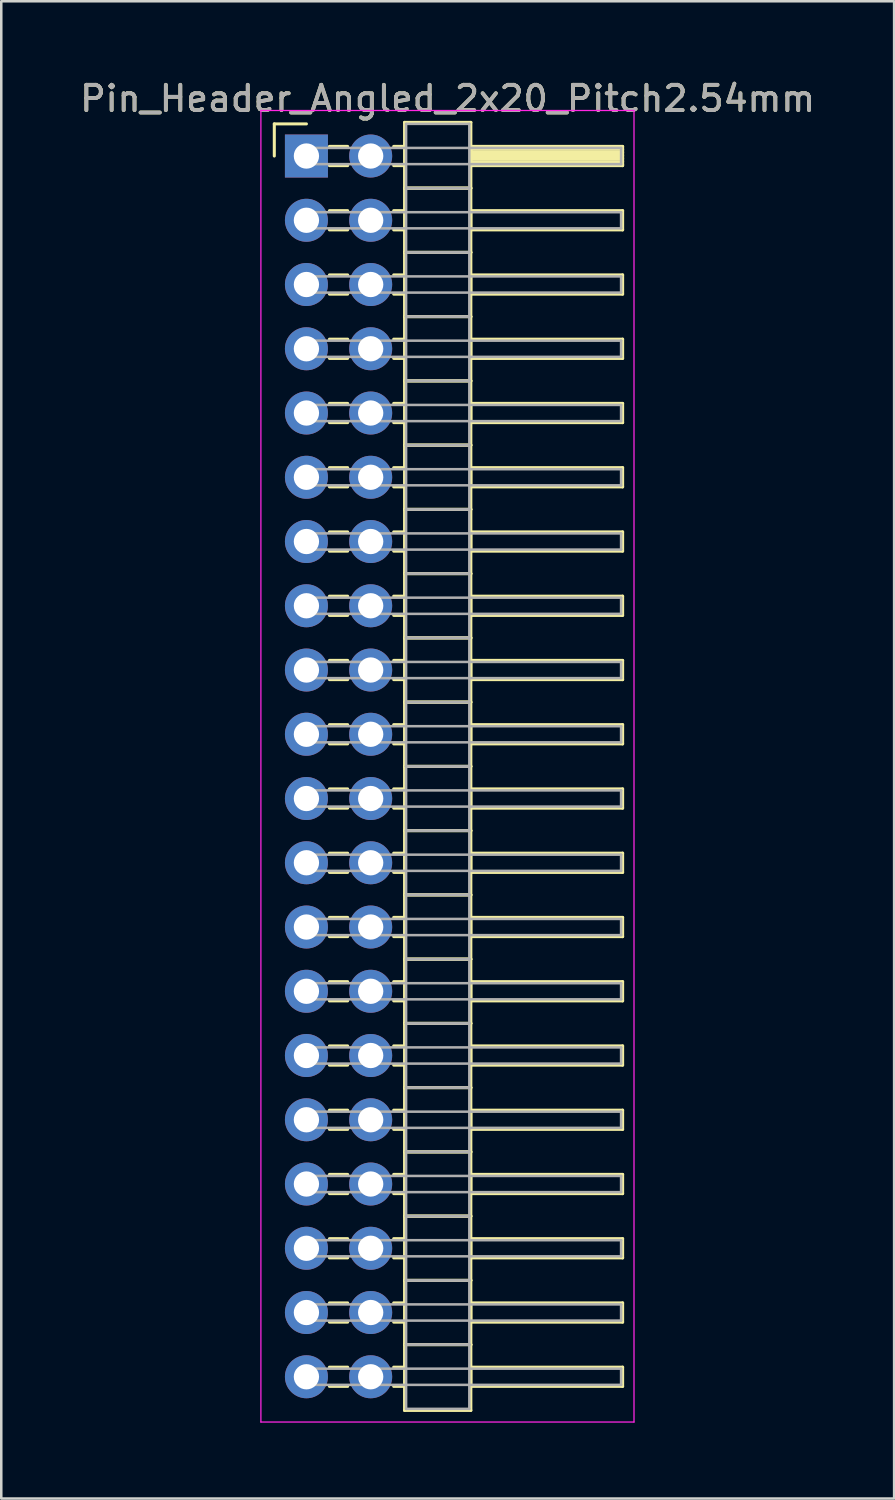
<source format=kicad_pcb>
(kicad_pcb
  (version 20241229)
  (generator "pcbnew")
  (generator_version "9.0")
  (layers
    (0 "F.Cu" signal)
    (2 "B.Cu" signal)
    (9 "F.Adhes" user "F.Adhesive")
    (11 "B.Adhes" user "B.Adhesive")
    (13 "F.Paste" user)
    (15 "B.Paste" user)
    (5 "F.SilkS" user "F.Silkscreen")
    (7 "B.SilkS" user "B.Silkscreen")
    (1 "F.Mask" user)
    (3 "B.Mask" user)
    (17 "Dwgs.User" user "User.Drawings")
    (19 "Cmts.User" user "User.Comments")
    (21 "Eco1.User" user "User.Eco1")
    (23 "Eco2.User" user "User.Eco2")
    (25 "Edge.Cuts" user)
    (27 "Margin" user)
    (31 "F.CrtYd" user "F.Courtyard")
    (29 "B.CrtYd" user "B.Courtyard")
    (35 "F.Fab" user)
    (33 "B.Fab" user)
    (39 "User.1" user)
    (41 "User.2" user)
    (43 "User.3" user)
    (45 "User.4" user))
  (footprint "Pin_Header_Angled_2x20_Pitch2.54mm"
    (layer "F.Cu")
    (at 9.064 3.118)
    (property "Reference" "Pin_Header_Angled_2x20_Pitch2.54mm" (at 5.585 -2.27 0) (layer "F.SilkS") (effects (font (size 1 1) (thickness 0.15))))
    (attr through_hole)
    (fp_line (start -1.27 -1.27) (end 0 -1.27) (stroke (width 0.12) (type solid)) (layer "F.SilkS"))
    (fp_line (start -1.27 0) (end -1.27 -1.27) (stroke (width 0.12) (type solid)) (layer "F.SilkS"))
    (fp_line (start 0.91 -0.38) (end 1.63 -0.38) (stroke (width 0.12) (type solid)) (layer "F.SilkS"))
    (fp_line (start 0.91 0.38) (end 1.63 0.38) (stroke (width 0.12) (type solid)) (layer "F.SilkS"))
    (fp_line (start 0.91 2.16) (end 1.63 2.16) (stroke (width 0.12) (type solid)) (layer "F.SilkS"))
    (fp_line (start 0.91 2.92) (end 1.63 2.92) (stroke (width 0.12) (type solid)) (layer "F.SilkS"))
    (fp_line (start 0.91 4.7) (end 1.63 4.7) (stroke (width 0.12) (type solid)) (layer "F.SilkS"))
    (fp_line (start 0.91 5.46) (end 1.63 5.46) (stroke (width 0.12) (type solid)) (layer "F.SilkS"))
    (fp_line (start 0.91 7.24) (end 1.63 7.24) (stroke (width 0.12) (type solid)) (layer "F.SilkS"))
    (fp_line (start 0.91 8) (end 1.63 8) (stroke (width 0.12) (type solid)) (layer "F.SilkS"))
    (fp_line (start 0.91 9.78) (end 1.63 9.78) (stroke (width 0.12) (type solid)) (layer "F.SilkS"))
    (fp_line (start 0.91 10.54) (end 1.63 10.54) (stroke (width 0.12) (type solid)) (layer "F.SilkS"))
    (fp_line (start 0.91 12.32) (end 1.63 12.32) (stroke (width 0.12) (type solid)) (layer "F.SilkS"))
    (fp_line (start 0.91 13.08) (end 1.63 13.08) (stroke (width 0.12) (type solid)) (layer "F.SilkS"))
    (fp_line (start 0.91 14.86) (end 1.63 14.86) (stroke (width 0.12) (type solid)) (layer "F.SilkS"))
    (fp_line (start 0.91 15.62) (end 1.63 15.62) (stroke (width 0.12) (type solid)) (layer "F.SilkS"))
    (fp_line (start 0.91 17.4) (end 1.63 17.4) (stroke (width 0.12) (type solid)) (layer "F.SilkS"))
    (fp_line (start 0.91 18.16) (end 1.63 18.16) (stroke (width 0.12) (type solid)) (layer "F.SilkS"))
    (fp_line (start 0.91 19.94) (end 1.63 19.94) (stroke (width 0.12) (type solid)) (layer "F.SilkS"))
    (fp_line (start 0.91 20.7) (end 1.63 20.7) (stroke (width 0.12) (type solid)) (layer "F.SilkS"))
    (fp_line (start 0.91 22.48) (end 1.63 22.48) (stroke (width 0.12) (type solid)) (layer "F.SilkS"))
    (fp_line (start 0.91 23.24) (end 1.63 23.24) (stroke (width 0.12) (type solid)) (layer "F.SilkS"))
    (fp_line (start 0.91 25.02) (end 1.63 25.02) (stroke (width 0.12) (type solid)) (layer "F.SilkS"))
    (fp_line (start 0.91 25.78) (end 1.63 25.78) (stroke (width 0.12) (type solid)) (layer "F.SilkS"))
    (fp_line (start 0.91 27.56) (end 1.63 27.56) (stroke (width 0.12) (type solid)) (layer "F.SilkS"))
    (fp_line (start 0.91 28.32) (end 1.63 28.32) (stroke (width 0.12) (type solid)) (layer "F.SilkS"))
    (fp_line (start 0.91 30.1) (end 1.63 30.1) (stroke (width 0.12) (type solid)) (layer "F.SilkS"))
    (fp_line (start 0.91 30.86) (end 1.63 30.86) (stroke (width 0.12) (type solid)) (layer "F.SilkS"))
    (fp_line (start 0.91 32.64) (end 1.63 32.64) (stroke (width 0.12) (type solid)) (layer "F.SilkS"))
    (fp_line (start 0.91 33.4) (end 1.63 33.4) (stroke (width 0.12) (type solid)) (layer "F.SilkS"))
    (fp_line (start 0.91 35.18) (end 1.63 35.18) (stroke (width 0.12) (type solid)) (layer "F.SilkS"))
    (fp_line (start 0.91 35.94) (end 1.63 35.94) (stroke (width 0.12) (type solid)) (layer "F.SilkS"))
    (fp_line (start 0.91 37.72) (end 1.63 37.72) (stroke (width 0.12) (type solid)) (layer "F.SilkS"))
    (fp_line (start 0.91 38.48) (end 1.63 38.48) (stroke (width 0.12) (type solid)) (layer "F.SilkS"))
    (fp_line (start 0.91 40.26) (end 1.63 40.26) (stroke (width 0.12) (type solid)) (layer "F.SilkS"))
    (fp_line (start 0.91 41.02) (end 1.63 41.02) (stroke (width 0.12) (type solid)) (layer "F.SilkS"))
    (fp_line (start 0.91 42.8) (end 1.63 42.8) (stroke (width 0.12) (type solid)) (layer "F.SilkS"))
    (fp_line (start 0.91 43.56) (end 1.63 43.56) (stroke (width 0.12) (type solid)) (layer "F.SilkS"))
    (fp_line (start 0.91 45.34) (end 1.63 45.34) (stroke (width 0.12) (type solid)) (layer "F.SilkS"))
    (fp_line (start 0.91 46.1) (end 1.63 46.1) (stroke (width 0.12) (type solid)) (layer "F.SilkS"))
    (fp_line (start 0.91 47.88) (end 1.63 47.88) (stroke (width 0.12) (type solid)) (layer "F.SilkS"))
    (fp_line (start 0.91 48.64) (end 1.63 48.64) (stroke (width 0.12) (type solid)) (layer "F.SilkS"))
    (fp_line (start 3.45 -0.38) (end 3.88 -0.38) (stroke (width 0.12) (type solid)) (layer "F.SilkS"))
    (fp_line (start 3.45 0.38) (end 3.88 0.38) (stroke (width 0.12) (type solid)) (layer "F.SilkS"))
    (fp_line (start 3.45 2.16) (end 3.88 2.16) (stroke (width 0.12) (type solid)) (layer "F.SilkS"))
    (fp_line (start 3.45 2.92) (end 3.88 2.92) (stroke (width 0.12) (type solid)) (layer "F.SilkS"))
    (fp_line (start 3.45 4.7) (end 3.88 4.7) (stroke (width 0.12) (type solid)) (layer "F.SilkS"))
    (fp_line (start 3.45 5.46) (end 3.88 5.46) (stroke (width 0.12) (type solid)) (layer "F.SilkS"))
    (fp_line (start 3.45 7.24) (end 3.88 7.24) (stroke (width 0.12) (type solid)) (layer "F.SilkS"))
    (fp_line (start 3.45 8) (end 3.88 8) (stroke (width 0.12) (type solid)) (layer "F.SilkS"))
    (fp_line (start 3.45 9.78) (end 3.88 9.78) (stroke (width 0.12) (type solid)) (layer "F.SilkS"))
    (fp_line (start 3.45 10.54) (end 3.88 10.54) (stroke (width 0.12) (type solid)) (layer "F.SilkS"))
    (fp_line (start 3.45 12.32) (end 3.88 12.32) (stroke (width 0.12) (type solid)) (layer "F.SilkS"))
    (fp_line (start 3.45 13.08) (end 3.88 13.08) (stroke (width 0.12) (type solid)) (layer "F.SilkS"))
    (fp_line (start 3.45 14.86) (end 3.88 14.86) (stroke (width 0.12) (type solid)) (layer "F.SilkS"))
    (fp_line (start 3.45 15.62) (end 3.88 15.62) (stroke (width 0.12) (type solid)) (layer "F.SilkS"))
    (fp_line (start 3.45 17.4) (end 3.88 17.4) (stroke (width 0.12) (type solid)) (layer "F.SilkS"))
    (fp_line (start 3.45 18.16) (end 3.88 18.16) (stroke (width 0.12) (type solid)) (layer "F.SilkS"))
    (fp_line (start 3.45 19.94) (end 3.88 19.94) (stroke (width 0.12) (type solid)) (layer "F.SilkS"))
    (fp_line (start 3.45 20.7) (end 3.88 20.7) (stroke (width 0.12) (type solid)) (layer "F.SilkS"))
    (fp_line (start 3.45 22.48) (end 3.88 22.48) (stroke (width 0.12) (type solid)) (layer "F.SilkS"))
    (fp_line (start 3.45 23.24) (end 3.88 23.24) (stroke (width 0.12) (type solid)) (layer "F.SilkS"))
    (fp_line (start 3.45 25.02) (end 3.88 25.02) (stroke (width 0.12) (type solid)) (layer "F.SilkS"))
    (fp_line (start 3.45 25.78) (end 3.88 25.78) (stroke (width 0.12) (type solid)) (layer "F.SilkS"))
    (fp_line (start 3.45 27.56) (end 3.88 27.56) (stroke (width 0.12) (type solid)) (layer "F.SilkS"))
    (fp_line (start 3.45 28.32) (end 3.88 28.32) (stroke (width 0.12) (type solid)) (layer "F.SilkS"))
    (fp_line (start 3.45 30.1) (end 3.88 30.1) (stroke (width 0.12) (type solid)) (layer "F.SilkS"))
    (fp_line (start 3.45 30.86) (end 3.88 30.86) (stroke (width 0.12) (type solid)) (layer "F.SilkS"))
    (fp_line (start 3.45 32.64) (end 3.88 32.64) (stroke (width 0.12) (type solid)) (layer "F.SilkS"))
    (fp_line (start 3.45 33.4) (end 3.88 33.4) (stroke (width 0.12) (type solid)) (layer "F.SilkS"))
    (fp_line (start 3.45 35.18) (end 3.88 35.18) (stroke (width 0.12) (type solid)) (layer "F.SilkS"))
    (fp_line (start 3.45 35.94) (end 3.88 35.94) (stroke (width 0.12) (type solid)) (layer "F.SilkS"))
    (fp_line (start 3.45 37.72) (end 3.88 37.72) (stroke (width 0.12) (type solid)) (layer "F.SilkS"))
    (fp_line (start 3.45 38.48) (end 3.88 38.48) (stroke (width 0.12) (type solid)) (layer "F.SilkS"))
    (fp_line (start 3.45 40.26) (end 3.88 40.26) (stroke (width 0.12) (type solid)) (layer "F.SilkS"))
    (fp_line (start 3.45 41.02) (end 3.88 41.02) (stroke (width 0.12) (type solid)) (layer "F.SilkS"))
    (fp_line (start 3.45 42.8) (end 3.88 42.8) (stroke (width 0.12) (type solid)) (layer "F.SilkS"))
    (fp_line (start 3.45 43.56) (end 3.88 43.56) (stroke (width 0.12) (type solid)) (layer "F.SilkS"))
    (fp_line (start 3.45 45.34) (end 3.88 45.34) (stroke (width 0.12) (type solid)) (layer "F.SilkS"))
    (fp_line (start 3.45 46.1) (end 3.88 46.1) (stroke (width 0.12) (type solid)) (layer "F.SilkS"))
    (fp_line (start 3.45 47.88) (end 3.88 47.88) (stroke (width 0.12) (type solid)) (layer "F.SilkS"))
    (fp_line (start 3.45 48.64) (end 3.88 48.64) (stroke (width 0.12) (type solid)) (layer "F.SilkS"))
    (fp_line (start 3.88 -1.33) (end 3.88 1.27) (stroke (width 0.12) (type solid)) (layer "F.SilkS"))
    (fp_line (start 3.88 1.27) (end 3.88 3.81) (stroke (width 0.12) (type solid)) (layer "F.SilkS"))
    (fp_line (start 3.88 1.27) (end 6.5 1.27) (stroke (width 0.12) (type solid)) (layer "F.SilkS"))
    (fp_line (start 3.88 3.81) (end 3.88 6.35) (stroke (width 0.12) (type solid)) (layer "F.SilkS"))
    (fp_line (start 3.88 3.81) (end 6.5 3.81) (stroke (width 0.12) (type solid)) (layer "F.SilkS"))
    (fp_line (start 3.88 6.35) (end 3.88 8.89) (stroke (width 0.12) (type solid)) (layer "F.SilkS"))
    (fp_line (start 3.88 6.35) (end 6.5 6.35) (stroke (width 0.12) (type solid)) (layer "F.SilkS"))
    (fp_line (start 3.88 8.89) (end 3.88 11.43) (stroke (width 0.12) (type solid)) (layer "F.SilkS"))
    (fp_line (start 3.88 8.89) (end 6.5 8.89) (stroke (width 0.12) (type solid)) (layer "F.SilkS"))
    (fp_line (start 3.88 11.43) (end 3.88 13.97) (stroke (width 0.12) (type solid)) (layer "F.SilkS"))
    (fp_line (start 3.88 11.43) (end 6.5 11.43) (stroke (width 0.12) (type solid)) (layer "F.SilkS"))
    (fp_line (start 3.88 13.97) (end 3.88 16.51) (stroke (width 0.12) (type solid)) (layer "F.SilkS"))
    (fp_line (start 3.88 13.97) (end 6.5 13.97) (stroke (width 0.12) (type solid)) (layer "F.SilkS"))
    (fp_line (start 3.88 16.51) (end 3.88 19.05) (stroke (width 0.12) (type solid)) (layer "F.SilkS"))
    (fp_line (start 3.88 16.51) (end 6.5 16.51) (stroke (width 0.12) (type solid)) (layer "F.SilkS"))
    (fp_line (start 3.88 19.05) (end 3.88 21.59) (stroke (width 0.12) (type solid)) (layer "F.SilkS"))
    (fp_line (start 3.88 19.05) (end 6.5 19.05) (stroke (width 0.12) (type solid)) (layer "F.SilkS"))
    (fp_line (start 3.88 21.59) (end 3.88 24.13) (stroke (width 0.12) (type solid)) (layer "F.SilkS"))
    (fp_line (start 3.88 21.59) (end 6.5 21.59) (stroke (width 0.12) (type solid)) (layer "F.SilkS"))
    (fp_line (start 3.88 24.13) (end 3.88 26.67) (stroke (width 0.12) (type solid)) (layer "F.SilkS"))
    (fp_line (start 3.88 24.13) (end 6.5 24.13) (stroke (width 0.12) (type solid)) (layer "F.SilkS"))
    (fp_line (start 3.88 26.67) (end 3.88 29.21) (stroke (width 0.12) (type solid)) (layer "F.SilkS"))
    (fp_line (start 3.88 26.67) (end 6.5 26.67) (stroke (width 0.12) (type solid)) (layer "F.SilkS"))
    (fp_line (start 3.88 29.21) (end 3.88 31.75) (stroke (width 0.12) (type solid)) (layer "F.SilkS"))
    (fp_line (start 3.88 29.21) (end 6.5 29.21) (stroke (width 0.12) (type solid)) (layer "F.SilkS"))
    (fp_line (start 3.88 31.75) (end 3.88 34.29) (stroke (width 0.12) (type solid)) (layer "F.SilkS"))
    (fp_line (start 3.88 31.75) (end 6.5 31.75) (stroke (width 0.12) (type solid)) (layer "F.SilkS"))
    (fp_line (start 3.88 34.29) (end 3.88 36.83) (stroke (width 0.12) (type solid)) (layer "F.SilkS"))
    (fp_line (start 3.88 34.29) (end 6.5 34.29) (stroke (width 0.12) (type solid)) (layer "F.SilkS"))
    (fp_line (start 3.88 36.83) (end 3.88 39.37) (stroke (width 0.12) (type solid)) (layer "F.SilkS"))
    (fp_line (start 3.88 36.83) (end 6.5 36.83) (stroke (width 0.12) (type solid)) (layer "F.SilkS"))
    (fp_line (start 3.88 39.37) (end 3.88 41.91) (stroke (width 0.12) (type solid)) (layer "F.SilkS"))
    (fp_line (start 3.88 39.37) (end 6.5 39.37) (stroke (width 0.12) (type solid)) (layer "F.SilkS"))
    (fp_line (start 3.88 41.91) (end 3.88 44.45) (stroke (width 0.12) (type solid)) (layer "F.SilkS"))
    (fp_line (start 3.88 41.91) (end 6.5 41.91) (stroke (width 0.12) (type solid)) (layer "F.SilkS"))
    (fp_line (start 3.88 44.45) (end 3.88 46.99) (stroke (width 0.12) (type solid)) (layer "F.SilkS"))
    (fp_line (start 3.88 44.45) (end 6.5 44.45) (stroke (width 0.12) (type solid)) (layer "F.SilkS"))
    (fp_line (start 3.88 46.99) (end 3.88 49.59) (stroke (width 0.12) (type solid)) (layer "F.SilkS"))
    (fp_line (start 3.88 46.99) (end 6.5 46.99) (stroke (width 0.12) (type solid)) (layer "F.SilkS"))
    (fp_line (start 3.88 49.59) (end 6.5 49.59) (stroke (width 0.12) (type solid)) (layer "F.SilkS"))
    (fp_line (start 6.5 -1.33) (end 3.88 -1.33) (stroke (width 0.12) (type solid)) (layer "F.SilkS"))
    (fp_line (start 6.5 -0.38) (end 6.5 0.38) (stroke (width 0.12) (type solid)) (layer "F.SilkS"))
    (fp_line (start 6.5 -0.26) (end 12.5 -0.26) (stroke (width 0.12) (type solid)) (layer "F.SilkS"))
    (fp_line (start 6.5 -0.14) (end 12.5 -0.14) (stroke (width 0.12) (type solid)) (layer "F.SilkS"))
    (fp_line (start 6.5 -0.02) (end 12.5 -0.02) (stroke (width 0.12) (type solid)) (layer "F.SilkS"))
    (fp_line (start 6.5 0.1) (end 12.5 0.1) (stroke (width 0.12) (type solid)) (layer "F.SilkS"))
    (fp_line (start 6.5 0.22) (end 12.5 0.22) (stroke (width 0.12) (type solid)) (layer "F.SilkS"))
    (fp_line (start 6.5 0.34) (end 12.5 0.34) (stroke (width 0.12) (type solid)) (layer "F.SilkS"))
    (fp_line (start 6.5 0.38) (end 12.5 0.38) (stroke (width 0.12) (type solid)) (layer "F.SilkS"))
    (fp_line (start 6.5 1.27) (end 3.88 1.27) (stroke (width 0.12) (type solid)) (layer "F.SilkS"))
    (fp_line (start 6.5 1.27) (end 6.5 -1.33) (stroke (width 0.12) (type solid)) (layer "F.SilkS"))
    (fp_line (start 6.5 2.16) (end 6.5 2.92) (stroke (width 0.12) (type solid)) (layer "F.SilkS"))
    (fp_line (start 6.5 2.92) (end 12.5 2.92) (stroke (width 0.12) (type solid)) (layer "F.SilkS"))
    (fp_line (start 6.5 3.81) (end 3.88 3.81) (stroke (width 0.12) (type solid)) (layer "F.SilkS"))
    (fp_line (start 6.5 3.81) (end 6.5 1.27) (stroke (width 0.12) (type solid)) (layer "F.SilkS"))
    (fp_line (start 6.5 4.7) (end 6.5 5.46) (stroke (width 0.12) (type solid)) (layer "F.SilkS"))
    (fp_line (start 6.5 5.46) (end 12.5 5.46) (stroke (width 0.12) (type solid)) (layer "F.SilkS"))
    (fp_line (start 6.5 6.35) (end 3.88 6.35) (stroke (width 0.12) (type solid)) (layer "F.SilkS"))
    (fp_line (start 6.5 6.35) (end 6.5 3.81) (stroke (width 0.12) (type solid)) (layer "F.SilkS"))
    (fp_line (start 6.5 7.24) (end 6.5 8) (stroke (width 0.12) (type solid)) (layer "F.SilkS"))
    (fp_line (start 6.5 8) (end 12.5 8) (stroke (width 0.12) (type solid)) (layer "F.SilkS"))
    (fp_line (start 6.5 8.89) (end 3.88 8.89) (stroke (width 0.12) (type solid)) (layer "F.SilkS"))
    (fp_line (start 6.5 8.89) (end 6.5 6.35) (stroke (width 0.12) (type solid)) (layer "F.SilkS"))
    (fp_line (start 6.5 9.78) (end 6.5 10.54) (stroke (width 0.12) (type solid)) (layer "F.SilkS"))
    (fp_line (start 6.5 10.54) (end 12.5 10.54) (stroke (width 0.12) (type solid)) (layer "F.SilkS"))
    (fp_line (start 6.5 11.43) (end 3.88 11.43) (stroke (width 0.12) (type solid)) (layer "F.SilkS"))
    (fp_line (start 6.5 11.43) (end 6.5 8.89) (stroke (width 0.12) (type solid)) (layer "F.SilkS"))
    (fp_line (start 6.5 12.32) (end 6.5 13.08) (stroke (width 0.12) (type solid)) (layer "F.SilkS"))
    (fp_line (start 6.5 13.08) (end 12.5 13.08) (stroke (width 0.12) (type solid)) (layer "F.SilkS"))
    (fp_line (start 6.5 13.97) (end 3.88 13.97) (stroke (width 0.12) (type solid)) (layer "F.SilkS"))
    (fp_line (start 6.5 13.97) (end 6.5 11.43) (stroke (width 0.12) (type solid)) (layer "F.SilkS"))
    (fp_line (start 6.5 14.86) (end 6.5 15.62) (stroke (width 0.12) (type solid)) (layer "F.SilkS"))
    (fp_line (start 6.5 15.62) (end 12.5 15.62) (stroke (width 0.12) (type solid)) (layer "F.SilkS"))
    (fp_line (start 6.5 16.51) (end 3.88 16.51) (stroke (width 0.12) (type solid)) (layer "F.SilkS"))
    (fp_line (start 6.5 16.51) (end 6.5 13.97) (stroke (width 0.12) (type solid)) (layer "F.SilkS"))
    (fp_line (start 6.5 17.4) (end 6.5 18.16) (stroke (width 0.12) (type solid)) (layer "F.SilkS"))
    (fp_line (start 6.5 18.16) (end 12.5 18.16) (stroke (width 0.12) (type solid)) (layer "F.SilkS"))
    (fp_line (start 6.5 19.05) (end 3.88 19.05) (stroke (width 0.12) (type solid)) (layer "F.SilkS"))
    (fp_line (start 6.5 19.05) (end 6.5 16.51) (stroke (width 0.12) (type solid)) (layer "F.SilkS"))
    (fp_line (start 6.5 19.94) (end 6.5 20.7) (stroke (width 0.12) (type solid)) (layer "F.SilkS"))
    (fp_line (start 6.5 20.7) (end 12.5 20.7) (stroke (width 0.12) (type solid)) (layer "F.SilkS"))
    (fp_line (start 6.5 21.59) (end 3.88 21.59) (stroke (width 0.12) (type solid)) (layer "F.SilkS"))
    (fp_line (start 6.5 21.59) (end 6.5 19.05) (stroke (width 0.12) (type solid)) (layer "F.SilkS"))
    (fp_line (start 6.5 22.48) (end 6.5 23.24) (stroke (width 0.12) (type solid)) (layer "F.SilkS"))
    (fp_line (start 6.5 23.24) (end 12.5 23.24) (stroke (width 0.12) (type solid)) (layer "F.SilkS"))
    (fp_line (start 6.5 24.13) (end 3.88 24.13) (stroke (width 0.12) (type solid)) (layer "F.SilkS"))
    (fp_line (start 6.5 24.13) (end 6.5 21.59) (stroke (width 0.12) (type solid)) (layer "F.SilkS"))
    (fp_line (start 6.5 25.02) (end 6.5 25.78) (stroke (width 0.12) (type solid)) (layer "F.SilkS"))
    (fp_line (start 6.5 25.78) (end 12.5 25.78) (stroke (width 0.12) (type solid)) (layer "F.SilkS"))
    (fp_line (start 6.5 26.67) (end 3.88 26.67) (stroke (width 0.12) (type solid)) (layer "F.SilkS"))
    (fp_line (start 6.5 26.67) (end 6.5 24.13) (stroke (width 0.12) (type solid)) (layer "F.SilkS"))
    (fp_line (start 6.5 27.56) (end 6.5 28.32) (stroke (width 0.12) (type solid)) (layer "F.SilkS"))
    (fp_line (start 6.5 28.32) (end 12.5 28.32) (stroke (width 0.12) (type solid)) (layer "F.SilkS"))
    (fp_line (start 6.5 29.21) (end 3.88 29.21) (stroke (width 0.12) (type solid)) (layer "F.SilkS"))
    (fp_line (start 6.5 29.21) (end 6.5 26.67) (stroke (width 0.12) (type solid)) (layer "F.SilkS"))
    (fp_line (start 6.5 30.1) (end 6.5 30.86) (stroke (width 0.12) (type solid)) (layer "F.SilkS"))
    (fp_line (start 6.5 30.86) (end 12.5 30.86) (stroke (width 0.12) (type solid)) (layer "F.SilkS"))
    (fp_line (start 6.5 31.75) (end 3.88 31.75) (stroke (width 0.12) (type solid)) (layer "F.SilkS"))
    (fp_line (start 6.5 31.75) (end 6.5 29.21) (stroke (width 0.12) (type solid)) (layer "F.SilkS"))
    (fp_line (start 6.5 32.64) (end 6.5 33.4) (stroke (width 0.12) (type solid)) (layer "F.SilkS"))
    (fp_line (start 6.5 33.4) (end 12.5 33.4) (stroke (width 0.12) (type solid)) (layer "F.SilkS"))
    (fp_line (start 6.5 34.29) (end 3.88 34.29) (stroke (width 0.12) (type solid)) (layer "F.SilkS"))
    (fp_line (start 6.5 34.29) (end 6.5 31.75) (stroke (width 0.12) (type solid)) (layer "F.SilkS"))
    (fp_line (start 6.5 35.18) (end 6.5 35.94) (stroke (width 0.12) (type solid)) (layer "F.SilkS"))
    (fp_line (start 6.5 35.94) (end 12.5 35.94) (stroke (width 0.12) (type solid)) (layer "F.SilkS"))
    (fp_line (start 6.5 36.83) (end 3.88 36.83) (stroke (width 0.12) (type solid)) (layer "F.SilkS"))
    (fp_line (start 6.5 36.83) (end 6.5 34.29) (stroke (width 0.12) (type solid)) (layer "F.SilkS"))
    (fp_line (start 6.5 37.72) (end 6.5 38.48) (stroke (width 0.12) (type solid)) (layer "F.SilkS"))
    (fp_line (start 6.5 38.48) (end 12.5 38.48) (stroke (width 0.12) (type solid)) (layer "F.SilkS"))
    (fp_line (start 6.5 39.37) (end 3.88 39.37) (stroke (width 0.12) (type solid)) (layer "F.SilkS"))
    (fp_line (start 6.5 39.37) (end 6.5 36.83) (stroke (width 0.12) (type solid)) (layer "F.SilkS"))
    (fp_line (start 6.5 40.26) (end 6.5 41.02) (stroke (width 0.12) (type solid)) (layer "F.SilkS"))
    (fp_line (start 6.5 41.02) (end 12.5 41.02) (stroke (width 0.12) (type solid)) (layer "F.SilkS"))
    (fp_line (start 6.5 41.91) (end 3.88 41.91) (stroke (width 0.12) (type solid)) (layer "F.SilkS"))
    (fp_line (start 6.5 41.91) (end 6.5 39.37) (stroke (width 0.12) (type solid)) (layer "F.SilkS"))
    (fp_line (start 6.5 42.8) (end 6.5 43.56) (stroke (width 0.12) (type solid)) (layer "F.SilkS"))
    (fp_line (start 6.5 43.56) (end 12.5 43.56) (stroke (width 0.12) (type solid)) (layer "F.SilkS"))
    (fp_line (start 6.5 44.45) (end 3.88 44.45) (stroke (width 0.12) (type solid)) (layer "F.SilkS"))
    (fp_line (start 6.5 44.45) (end 6.5 41.91) (stroke (width 0.12) (type solid)) (layer "F.SilkS"))
    (fp_line (start 6.5 45.34) (end 6.5 46.1) (stroke (width 0.12) (type solid)) (layer "F.SilkS"))
    (fp_line (start 6.5 46.1) (end 12.5 46.1) (stroke (width 0.12) (type solid)) (layer "F.SilkS"))
    (fp_line (start 6.5 46.99) (end 3.88 46.99) (stroke (width 0.12) (type solid)) (layer "F.SilkS"))
    (fp_line (start 6.5 46.99) (end 6.5 44.45) (stroke (width 0.12) (type solid)) (layer "F.SilkS"))
    (fp_line (start 6.5 47.88) (end 6.5 48.64) (stroke (width 0.12) (type solid)) (layer "F.SilkS"))
    (fp_line (start 6.5 48.64) (end 12.5 48.64) (stroke (width 0.12) (type solid)) (layer "F.SilkS"))
    (fp_line (start 6.5 49.59) (end 6.5 46.99) (stroke (width 0.12) (type solid)) (layer "F.SilkS"))
    (fp_line (start 12.5 -0.38) (end 6.5 -0.38) (stroke (width 0.12) (type solid)) (layer "F.SilkS"))
    (fp_line (start 12.5 0.38) (end 12.5 -0.38) (stroke (width 0.12) (type solid)) (layer "F.SilkS"))
    (fp_line (start 12.5 2.16) (end 6.5 2.16) (stroke (width 0.12) (type solid)) (layer "F.SilkS"))
    (fp_line (start 12.5 2.92) (end 12.5 2.16) (stroke (width 0.12) (type solid)) (layer "F.SilkS"))
    (fp_line (start 12.5 4.7) (end 6.5 4.7) (stroke (width 0.12) (type solid)) (layer "F.SilkS"))
    (fp_line (start 12.5 5.46) (end 12.5 4.7) (stroke (width 0.12) (type solid)) (layer "F.SilkS"))
    (fp_line (start 12.5 7.24) (end 6.5 7.24) (stroke (width 0.12) (type solid)) (layer "F.SilkS"))
    (fp_line (start 12.5 8) (end 12.5 7.24) (stroke (width 0.12) (type solid)) (layer "F.SilkS"))
    (fp_line (start 12.5 9.78) (end 6.5 9.78) (stroke (width 0.12) (type solid)) (layer "F.SilkS"))
    (fp_line (start 12.5 10.54) (end 12.5 9.78) (stroke (width 0.12) (type solid)) (layer "F.SilkS"))
    (fp_line (start 12.5 12.32) (end 6.5 12.32) (stroke (width 0.12) (type solid)) (layer "F.SilkS"))
    (fp_line (start 12.5 13.08) (end 12.5 12.32) (stroke (width 0.12) (type solid)) (layer "F.SilkS"))
    (fp_line (start 12.5 14.86) (end 6.5 14.86) (stroke (width 0.12) (type solid)) (layer "F.SilkS"))
    (fp_line (start 12.5 15.62) (end 12.5 14.86) (stroke (width 0.12) (type solid)) (layer "F.SilkS"))
    (fp_line (start 12.5 17.4) (end 6.5 17.4) (stroke (width 0.12) (type solid)) (layer "F.SilkS"))
    (fp_line (start 12.5 18.16) (end 12.5 17.4) (stroke (width 0.12) (type solid)) (layer "F.SilkS"))
    (fp_line (start 12.5 19.94) (end 6.5 19.94) (stroke (width 0.12) (type solid)) (layer "F.SilkS"))
    (fp_line (start 12.5 20.7) (end 12.5 19.94) (stroke (width 0.12) (type solid)) (layer "F.SilkS"))
    (fp_line (start 12.5 22.48) (end 6.5 22.48) (stroke (width 0.12) (type solid)) (layer "F.SilkS"))
    (fp_line (start 12.5 23.24) (end 12.5 22.48) (stroke (width 0.12) (type solid)) (layer "F.SilkS"))
    (fp_line (start 12.5 25.02) (end 6.5 25.02) (stroke (width 0.12) (type solid)) (layer "F.SilkS"))
    (fp_line (start 12.5 25.78) (end 12.5 25.02) (stroke (width 0.12) (type solid)) (layer "F.SilkS"))
    (fp_line (start 12.5 27.56) (end 6.5 27.56) (stroke (width 0.12) (type solid)) (layer "F.SilkS"))
    (fp_line (start 12.5 28.32) (end 12.5 27.56) (stroke (width 0.12) (type solid)) (layer "F.SilkS"))
    (fp_line (start 12.5 30.1) (end 6.5 30.1) (stroke (width 0.12) (type solid)) (layer "F.SilkS"))
    (fp_line (start 12.5 30.86) (end 12.5 30.1) (stroke (width 0.12) (type solid)) (layer "F.SilkS"))
    (fp_line (start 12.5 32.64) (end 6.5 32.64) (stroke (width 0.12) (type solid)) (layer "F.SilkS"))
    (fp_line (start 12.5 33.4) (end 12.5 32.64) (stroke (width 0.12) (type solid)) (layer "F.SilkS"))
    (fp_line (start 12.5 35.18) (end 6.5 35.18) (stroke (width 0.12) (type solid)) (layer "F.SilkS"))
    (fp_line (start 12.5 35.94) (end 12.5 35.18) (stroke (width 0.12) (type solid)) (layer "F.SilkS"))
    (fp_line (start 12.5 37.72) (end 6.5 37.72) (stroke (width 0.12) (type solid)) (layer "F.SilkS"))
    (fp_line (start 12.5 38.48) (end 12.5 37.72) (stroke (width 0.12) (type solid)) (layer "F.SilkS"))
    (fp_line (start 12.5 40.26) (end 6.5 40.26) (stroke (width 0.12) (type solid)) (layer "F.SilkS"))
    (fp_line (start 12.5 41.02) (end 12.5 40.26) (stroke (width 0.12) (type solid)) (layer "F.SilkS"))
    (fp_line (start 12.5 42.8) (end 6.5 42.8) (stroke (width 0.12) (type solid)) (layer "F.SilkS"))
    (fp_line (start 12.5 43.56) (end 12.5 42.8) (stroke (width 0.12) (type solid)) (layer "F.SilkS"))
    (fp_line (start 12.5 45.34) (end 6.5 45.34) (stroke (width 0.12) (type solid)) (layer "F.SilkS"))
    (fp_line (start 12.5 46.1) (end 12.5 45.34) (stroke (width 0.12) (type solid)) (layer "F.SilkS"))
    (fp_line (start 12.5 47.88) (end 6.5 47.88) (stroke (width 0.12) (type solid)) (layer "F.SilkS"))
    (fp_line (start 12.5 48.64) (end 12.5 47.88) (stroke (width 0.12) (type solid)) (layer "F.SilkS"))
    (fp_line (start -1.8 -1.8) (end -1.8 50.05) (stroke (width 0.05) (type solid)) (layer "F.CrtYd"))
    (fp_line (start -1.8 50.05) (end 12.95 50.05) (stroke (width 0.05) (type solid)) (layer "F.CrtYd"))
    (fp_line (start 12.95 -1.8) (end -1.8 -1.8) (stroke (width 0.05) (type solid)) (layer "F.CrtYd"))
    (fp_line (start 12.95 50.05) (end 12.95 -1.8) (stroke (width 0.05) (type solid)) (layer "F.CrtYd"))
    (fp_line (start 0 -0.32) (end 0 0.32) (stroke (width 0.1) (type solid)) (layer "F.Fab"))
    (fp_line (start 0 0.32) (end 12.44 0.32) (stroke (width 0.1) (type solid)) (layer "F.Fab"))
    (fp_line (start 0 2.22) (end 0 2.86) (stroke (width 0.1) (type solid)) (layer "F.Fab"))
    (fp_line (start 0 2.86) (end 12.44 2.86) (stroke (width 0.1) (type solid)) (layer "F.Fab"))
    (fp_line (start 0 4.76) (end 0 5.4) (stroke (width 0.1) (type solid)) (layer "F.Fab"))
    (fp_line (start 0 5.4) (end 12.44 5.4) (stroke (width 0.1) (type solid)) (layer "F.Fab"))
    (fp_line (start 0 7.3) (end 0 7.94) (stroke (width 0.1) (type solid)) (layer "F.Fab"))
    (fp_line (start 0 7.94) (end 12.44 7.94) (stroke (width 0.1) (type solid)) (layer "F.Fab"))
    (fp_line (start 0 9.84) (end 0 10.48) (stroke (width 0.1) (type solid)) (layer "F.Fab"))
    (fp_line (start 0 10.48) (end 12.44 10.48) (stroke (width 0.1) (type solid)) (layer "F.Fab"))
    (fp_line (start 0 12.38) (end 0 13.02) (stroke (width 0.1) (type solid)) (layer "F.Fab"))
    (fp_line (start 0 13.02) (end 12.44 13.02) (stroke (width 0.1) (type solid)) (layer "F.Fab"))
    (fp_line (start 0 14.92) (end 0 15.56) (stroke (width 0.1) (type solid)) (layer "F.Fab"))
    (fp_line (start 0 15.56) (end 12.44 15.56) (stroke (width 0.1) (type solid)) (layer "F.Fab"))
    (fp_line (start 0 17.46) (end 0 18.1) (stroke (width 0.1) (type solid)) (layer "F.Fab"))
    (fp_line (start 0 18.1) (end 12.44 18.1) (stroke (width 0.1) (type solid)) (layer "F.Fab"))
    (fp_line (start 0 20) (end 0 20.64) (stroke (width 0.1) (type solid)) (layer "F.Fab"))
    (fp_line (start 0 20.64) (end 12.44 20.64) (stroke (width 0.1) (type solid)) (layer "F.Fab"))
    (fp_line (start 0 22.54) (end 0 23.18) (stroke (width 0.1) (type solid)) (layer "F.Fab"))
    (fp_line (start 0 23.18) (end 12.44 23.18) (stroke (width 0.1) (type solid)) (layer "F.Fab"))
    (fp_line (start 0 25.08) (end 0 25.72) (stroke (width 0.1) (type solid)) (layer "F.Fab"))
    (fp_line (start 0 25.72) (end 12.44 25.72) (stroke (width 0.1) (type solid)) (layer "F.Fab"))
    (fp_line (start 0 27.62) (end 0 28.26) (stroke (width 0.1) (type solid)) (layer "F.Fab"))
    (fp_line (start 0 28.26) (end 12.44 28.26) (stroke (width 0.1) (type solid)) (layer "F.Fab"))
    (fp_line (start 0 30.16) (end 0 30.8) (stroke (width 0.1) (type solid)) (layer "F.Fab"))
    (fp_line (start 0 30.8) (end 12.44 30.8) (stroke (width 0.1) (type solid)) (layer "F.Fab"))
    (fp_line (start 0 32.7) (end 0 33.34) (stroke (width 0.1) (type solid)) (layer "F.Fab"))
    (fp_line (start 0 33.34) (end 12.44 33.34) (stroke (width 0.1) (type solid)) (layer "F.Fab"))
    (fp_line (start 0 35.24) (end 0 35.88) (stroke (width 0.1) (type solid)) (layer "F.Fab"))
    (fp_line (start 0 35.88) (end 12.44 35.88) (stroke (width 0.1) (type solid)) (layer "F.Fab"))
    (fp_line (start 0 37.78) (end 0 38.42) (stroke (width 0.1) (type solid)) (layer "F.Fab"))
    (fp_line (start 0 38.42) (end 12.44 38.42) (stroke (width 0.1) (type solid)) (layer "F.Fab"))
    (fp_line (start 0 40.32) (end 0 40.96) (stroke (width 0.1) (type solid)) (layer "F.Fab"))
    (fp_line (start 0 40.96) (end 12.44 40.96) (stroke (width 0.1) (type solid)) (layer "F.Fab"))
    (fp_line (start 0 42.86) (end 0 43.5) (stroke (width 0.1) (type solid)) (layer "F.Fab"))
    (fp_line (start 0 43.5) (end 12.44 43.5) (stroke (width 0.1) (type solid)) (layer "F.Fab"))
    (fp_line (start 0 45.4) (end 0 46.04) (stroke (width 0.1) (type solid)) (layer "F.Fab"))
    (fp_line (start 0 46.04) (end 12.44 46.04) (stroke (width 0.1) (type solid)) (layer "F.Fab"))
    (fp_line (start 0 47.94) (end 0 48.58) (stroke (width 0.1) (type solid)) (layer "F.Fab"))
    (fp_line (start 0 48.58) (end 12.44 48.58) (stroke (width 0.1) (type solid)) (layer "F.Fab"))
    (fp_line (start 3.94 -1.27) (end 3.94 1.27) (stroke (width 0.1) (type solid)) (layer "F.Fab"))
    (fp_line (start 3.94 1.27) (end 3.94 3.81) (stroke (width 0.1) (type solid)) (layer "F.Fab"))
    (fp_line (start 3.94 1.27) (end 6.44 1.27) (stroke (width 0.1) (type solid)) (layer "F.Fab"))
    (fp_line (start 3.94 3.81) (end 3.94 6.35) (stroke (width 0.1) (type solid)) (layer "F.Fab"))
    (fp_line (start 3.94 3.81) (end 6.44 3.81) (stroke (width 0.1) (type solid)) (layer "F.Fab"))
    (fp_line (start 3.94 6.35) (end 3.94 8.89) (stroke (width 0.1) (type solid)) (layer "F.Fab"))
    (fp_line (start 3.94 6.35) (end 6.44 6.35) (stroke (width 0.1) (type solid)) (layer "F.Fab"))
    (fp_line (start 3.94 8.89) (end 3.94 11.43) (stroke (width 0.1) (type solid)) (layer "F.Fab"))
    (fp_line (start 3.94 8.89) (end 6.44 8.89) (stroke (width 0.1) (type solid)) (layer "F.Fab"))
    (fp_line (start 3.94 11.43) (end 3.94 13.97) (stroke (width 0.1) (type solid)) (layer "F.Fab"))
    (fp_line (start 3.94 11.43) (end 6.44 11.43) (stroke (width 0.1) (type solid)) (layer "F.Fab"))
    (fp_line (start 3.94 13.97) (end 3.94 16.51) (stroke (width 0.1) (type solid)) (layer "F.Fab"))
    (fp_line (start 3.94 13.97) (end 6.44 13.97) (stroke (width 0.1) (type solid)) (layer "F.Fab"))
    (fp_line (start 3.94 16.51) (end 3.94 19.05) (stroke (width 0.1) (type solid)) (layer "F.Fab"))
    (fp_line (start 3.94 16.51) (end 6.44 16.51) (stroke (width 0.1) (type solid)) (layer "F.Fab"))
    (fp_line (start 3.94 19.05) (end 3.94 21.59) (stroke (width 0.1) (type solid)) (layer "F.Fab"))
    (fp_line (start 3.94 19.05) (end 6.44 19.05) (stroke (width 0.1) (type solid)) (layer "F.Fab"))
    (fp_line (start 3.94 21.59) (end 3.94 24.13) (stroke (width 0.1) (type solid)) (layer "F.Fab"))
    (fp_line (start 3.94 21.59) (end 6.44 21.59) (stroke (width 0.1) (type solid)) (layer "F.Fab"))
    (fp_line (start 3.94 24.13) (end 3.94 26.67) (stroke (width 0.1) (type solid)) (layer "F.Fab"))
    (fp_line (start 3.94 24.13) (end 6.44 24.13) (stroke (width 0.1) (type solid)) (layer "F.Fab"))
    (fp_line (start 3.94 26.67) (end 3.94 29.21) (stroke (width 0.1) (type solid)) (layer "F.Fab"))
    (fp_line (start 3.94 26.67) (end 6.44 26.67) (stroke (width 0.1) (type solid)) (layer "F.Fab"))
    (fp_line (start 3.94 29.21) (end 3.94 31.75) (stroke (width 0.1) (type solid)) (layer "F.Fab"))
    (fp_line (start 3.94 29.21) (end 6.44 29.21) (stroke (width 0.1) (type solid)) (layer "F.Fab"))
    (fp_line (start 3.94 31.75) (end 3.94 34.29) (stroke (width 0.1) (type solid)) (layer "F.Fab"))
    (fp_line (start 3.94 31.75) (end 6.44 31.75) (stroke (width 0.1) (type solid)) (layer "F.Fab"))
    (fp_line (start 3.94 34.29) (end 3.94 36.83) (stroke (width 0.1) (type solid)) (layer "F.Fab"))
    (fp_line (start 3.94 34.29) (end 6.44 34.29) (stroke (width 0.1) (type solid)) (layer "F.Fab"))
    (fp_line (start 3.94 36.83) (end 3.94 39.37) (stroke (width 0.1) (type solid)) (layer "F.Fab"))
    (fp_line (start 3.94 36.83) (end 6.44 36.83) (stroke (width 0.1) (type solid)) (layer "F.Fab"))
    (fp_line (start 3.94 39.37) (end 3.94 41.91) (stroke (width 0.1) (type solid)) (layer "F.Fab"))
    (fp_line (start 3.94 39.37) (end 6.44 39.37) (stroke (width 0.1) (type solid)) (layer "F.Fab"))
    (fp_line (start 3.94 41.91) (end 3.94 44.45) (stroke (width 0.1) (type solid)) (layer "F.Fab"))
    (fp_line (start 3.94 41.91) (end 6.44 41.91) (stroke (width 0.1) (type solid)) (layer "F.Fab"))
    (fp_line (start 3.94 44.45) (end 3.94 46.99) (stroke (width 0.1) (type solid)) (layer "F.Fab"))
    (fp_line (start 3.94 44.45) (end 6.44 44.45) (stroke (width 0.1) (type solid)) (layer "F.Fab"))
    (fp_line (start 3.94 46.99) (end 3.94 49.53) (stroke (width 0.1) (type solid)) (layer "F.Fab"))
    (fp_line (start 3.94 46.99) (end 6.44 46.99) (stroke (width 0.1) (type solid)) (layer "F.Fab"))
    (fp_line (start 3.94 49.53) (end 6.44 49.53) (stroke (width 0.1) (type solid)) (layer "F.Fab"))
    (fp_line (start 6.44 -1.27) (end 3.94 -1.27) (stroke (width 0.1) (type solid)) (layer "F.Fab"))
    (fp_line (start 6.44 1.27) (end 3.94 1.27) (stroke (width 0.1) (type solid)) (layer "F.Fab"))
    (fp_line (start 6.44 1.27) (end 6.44 -1.27) (stroke (width 0.1) (type solid)) (layer "F.Fab"))
    (fp_line (start 6.44 3.81) (end 3.94 3.81) (stroke (width 0.1) (type solid)) (layer "F.Fab"))
    (fp_line (start 6.44 3.81) (end 6.44 1.27) (stroke (width 0.1) (type solid)) (layer "F.Fab"))
    (fp_line (start 6.44 6.35) (end 3.94 6.35) (stroke (width 0.1) (type solid)) (layer "F.Fab"))
    (fp_line (start 6.44 6.35) (end 6.44 3.81) (stroke (width 0.1) (type solid)) (layer "F.Fab"))
    (fp_line (start 6.44 8.89) (end 3.94 8.89) (stroke (width 0.1) (type solid)) (layer "F.Fab"))
    (fp_line (start 6.44 8.89) (end 6.44 6.35) (stroke (width 0.1) (type solid)) (layer "F.Fab"))
    (fp_line (start 6.44 11.43) (end 3.94 11.43) (stroke (width 0.1) (type solid)) (layer "F.Fab"))
    (fp_line (start 6.44 11.43) (end 6.44 8.89) (stroke (width 0.1) (type solid)) (layer "F.Fab"))
    (fp_line (start 6.44 13.97) (end 3.94 13.97) (stroke (width 0.1) (type solid)) (layer "F.Fab"))
    (fp_line (start 6.44 13.97) (end 6.44 11.43) (stroke (width 0.1) (type solid)) (layer "F.Fab"))
    (fp_line (start 6.44 16.51) (end 3.94 16.51) (stroke (width 0.1) (type solid)) (layer "F.Fab"))
    (fp_line (start 6.44 16.51) (end 6.44 13.97) (stroke (width 0.1) (type solid)) (layer "F.Fab"))
    (fp_line (start 6.44 19.05) (end 3.94 19.05) (stroke (width 0.1) (type solid)) (layer "F.Fab"))
    (fp_line (start 6.44 19.05) (end 6.44 16.51) (stroke (width 0.1) (type solid)) (layer "F.Fab"))
    (fp_line (start 6.44 21.59) (end 3.94 21.59) (stroke (width 0.1) (type solid)) (layer "F.Fab"))
    (fp_line (start 6.44 21.59) (end 6.44 19.05) (stroke (width 0.1) (type solid)) (layer "F.Fab"))
    (fp_line (start 6.44 24.13) (end 3.94 24.13) (stroke (width 0.1) (type solid)) (layer "F.Fab"))
    (fp_line (start 6.44 24.13) (end 6.44 21.59) (stroke (width 0.1) (type solid)) (layer "F.Fab"))
    (fp_line (start 6.44 26.67) (end 3.94 26.67) (stroke (width 0.1) (type solid)) (layer "F.Fab"))
    (fp_line (start 6.44 26.67) (end 6.44 24.13) (stroke (width 0.1) (type solid)) (layer "F.Fab"))
    (fp_line (start 6.44 29.21) (end 3.94 29.21) (stroke (width 0.1) (type solid)) (layer "F.Fab"))
    (fp_line (start 6.44 29.21) (end 6.44 26.67) (stroke (width 0.1) (type solid)) (layer "F.Fab"))
    (fp_line (start 6.44 31.75) (end 3.94 31.75) (stroke (width 0.1) (type solid)) (layer "F.Fab"))
    (fp_line (start 6.44 31.75) (end 6.44 29.21) (stroke (width 0.1) (type solid)) (layer "F.Fab"))
    (fp_line (start 6.44 34.29) (end 3.94 34.29) (stroke (width 0.1) (type solid)) (layer "F.Fab"))
    (fp_line (start 6.44 34.29) (end 6.44 31.75) (stroke (width 0.1) (type solid)) (layer "F.Fab"))
    (fp_line (start 6.44 36.83) (end 3.94 36.83) (stroke (width 0.1) (type solid)) (layer "F.Fab"))
    (fp_line (start 6.44 36.83) (end 6.44 34.29) (stroke (width 0.1) (type solid)) (layer "F.Fab"))
    (fp_line (start 6.44 39.37) (end 3.94 39.37) (stroke (width 0.1) (type solid)) (layer "F.Fab"))
    (fp_line (start 6.44 39.37) (end 6.44 36.83) (stroke (width 0.1) (type solid)) (layer "F.Fab"))
    (fp_line (start 6.44 41.91) (end 3.94 41.91) (stroke (width 0.1) (type solid)) (layer "F.Fab"))
    (fp_line (start 6.44 41.91) (end 6.44 39.37) (stroke (width 0.1) (type solid)) (layer "F.Fab"))
    (fp_line (start 6.44 44.45) (end 3.94 44.45) (stroke (width 0.1) (type solid)) (layer "F.Fab"))
    (fp_line (start 6.44 44.45) (end 6.44 41.91) (stroke (width 0.1) (type solid)) (layer "F.Fab"))
    (fp_line (start 6.44 46.99) (end 3.94 46.99) (stroke (width 0.1) (type solid)) (layer "F.Fab"))
    (fp_line (start 6.44 46.99) (end 6.44 44.45) (stroke (width 0.1) (type solid)) (layer "F.Fab"))
    (fp_line (start 6.44 49.53) (end 6.44 46.99) (stroke (width 0.1) (type solid)) (layer "F.Fab"))
    (fp_line (start 12.44 -0.32) (end 0 -0.32) (stroke (width 0.1) (type solid)) (layer "F.Fab"))
    (fp_line (start 12.44 0.32) (end 12.44 -0.32) (stroke (width 0.1) (type solid)) (layer "F.Fab"))
    (fp_line (start 12.44 2.22) (end 0 2.22) (stroke (width 0.1) (type solid)) (layer "F.Fab"))
    (fp_line (start 12.44 2.86) (end 12.44 2.22) (stroke (width 0.1) (type solid)) (layer "F.Fab"))
    (fp_line (start 12.44 4.76) (end 0 4.76) (stroke (width 0.1) (type solid)) (layer "F.Fab"))
    (fp_line (start 12.44 5.4) (end 12.44 4.76) (stroke (width 0.1) (type solid)) (layer "F.Fab"))
    (fp_line (start 12.44 7.3) (end 0 7.3) (stroke (width 0.1) (type solid)) (layer "F.Fab"))
    (fp_line (start 12.44 7.94) (end 12.44 7.3) (stroke (width 0.1) (type solid)) (layer "F.Fab"))
    (fp_line (start 12.44 9.84) (end 0 9.84) (stroke (width 0.1) (type solid)) (layer "F.Fab"))
    (fp_line (start 12.44 10.48) (end 12.44 9.84) (stroke (width 0.1) (type solid)) (layer "F.Fab"))
    (fp_line (start 12.44 12.38) (end 0 12.38) (stroke (width 0.1) (type solid)) (layer "F.Fab"))
    (fp_line (start 12.44 13.02) (end 12.44 12.38) (stroke (width 0.1) (type solid)) (layer "F.Fab"))
    (fp_line (start 12.44 14.92) (end 0 14.92) (stroke (width 0.1) (type solid)) (layer "F.Fab"))
    (fp_line (start 12.44 15.56) (end 12.44 14.92) (stroke (width 0.1) (type solid)) (layer "F.Fab"))
    (fp_line (start 12.44 17.46) (end 0 17.46) (stroke (width 0.1) (type solid)) (layer "F.Fab"))
    (fp_line (start 12.44 18.1) (end 12.44 17.46) (stroke (width 0.1) (type solid)) (layer "F.Fab"))
    (fp_line (start 12.44 20) (end 0 20) (stroke (width 0.1) (type solid)) (layer "F.Fab"))
    (fp_line (start 12.44 20.64) (end 12.44 20) (stroke (width 0.1) (type solid)) (layer "F.Fab"))
    (fp_line (start 12.44 22.54) (end 0 22.54) (stroke (width 0.1) (type solid)) (layer "F.Fab"))
    (fp_line (start 12.44 23.18) (end 12.44 22.54) (stroke (width 0.1) (type solid)) (layer "F.Fab"))
    (fp_line (start 12.44 25.08) (end 0 25.08) (stroke (width 0.1) (type solid)) (layer "F.Fab"))
    (fp_line (start 12.44 25.72) (end 12.44 25.08) (stroke (width 0.1) (type solid)) (layer "F.Fab"))
    (fp_line (start 12.44 27.62) (end 0 27.62) (stroke (width 0.1) (type solid)) (layer "F.Fab"))
    (fp_line (start 12.44 28.26) (end 12.44 27.62) (stroke (width 0.1) (type solid)) (layer "F.Fab"))
    (fp_line (start 12.44 30.16) (end 0 30.16) (stroke (width 0.1) (type solid)) (layer "F.Fab"))
    (fp_line (start 12.44 30.8) (end 12.44 30.16) (stroke (width 0.1) (type solid)) (layer "F.Fab"))
    (fp_line (start 12.44 32.7) (end 0 32.7) (stroke (width 0.1) (type solid)) (layer "F.Fab"))
    (fp_line (start 12.44 33.34) (end 12.44 32.7) (stroke (width 0.1) (type solid)) (layer "F.Fab"))
    (fp_line (start 12.44 35.24) (end 0 35.24) (stroke (width 0.1) (type solid)) (layer "F.Fab"))
    (fp_line (start 12.44 35.88) (end 12.44 35.24) (stroke (width 0.1) (type solid)) (layer "F.Fab"))
    (fp_line (start 12.44 37.78) (end 0 37.78) (stroke (width 0.1) (type solid)) (layer "F.Fab"))
    (fp_line (start 12.44 38.42) (end 12.44 37.78) (stroke (width 0.1) (type solid)) (layer "F.Fab"))
    (fp_line (start 12.44 40.32) (end 0 40.32) (stroke (width 0.1) (type solid)) (layer "F.Fab"))
    (fp_line (start 12.44 40.96) (end 12.44 40.32) (stroke (width 0.1) (type solid)) (layer "F.Fab"))
    (fp_line (start 12.44 42.86) (end 0 42.86) (stroke (width 0.1) (type solid)) (layer "F.Fab"))
    (fp_line (start 12.44 43.5) (end 12.44 42.86) (stroke (width 0.1) (type solid)) (layer "F.Fab"))
    (fp_line (start 12.44 45.4) (end 0 45.4) (stroke (width 0.1) (type solid)) (layer "F.Fab"))
    (fp_line (start 12.44 46.04) (end 12.44 45.4) (stroke (width 0.1) (type solid)) (layer "F.Fab"))
    (fp_line (start 12.44 47.94) (end 0 47.94) (stroke (width 0.1) (type solid)) (layer "F.Fab"))
    (fp_line (start 12.44 48.58) (end 12.44 47.94) (stroke (width 0.1) (type solid)) (layer "F.Fab"))
    (fp_text user "${REFERENCE}" (at 5.585 -2.27 0) (layer "F.Fab") (effects (font (size 1 1) (thickness 0.15))))
    (pad "1" thru_hole rect (at 0 0) (size 1.7 1.7) (drill 1) (layers "*.Cu" "*.Mask"))
    (pad "2" thru_hole oval (at 2.54 0) (size 1.7 1.7) (drill 1) (layers "*.Cu" "*.Mask"))
    (pad "3" thru_hole oval (at 0 2.54) (size 1.7 1.7) (drill 1) (layers "*.Cu" "*.Mask"))
    (pad "4" thru_hole oval (at 2.54 2.54) (size 1.7 1.7) (drill 1) (layers "*.Cu" "*.Mask"))
    (pad "5" thru_hole oval (at 0 5.08) (size 1.7 1.7) (drill 1) (layers "*.Cu" "*.Mask"))
    (pad "6" thru_hole oval (at 2.54 5.08) (size 1.7 1.7) (drill 1) (layers "*.Cu" "*.Mask"))
    (pad "7" thru_hole oval (at 0 7.62) (size 1.7 1.7) (drill 1) (layers "*.Cu" "*.Mask"))
    (pad "8" thru_hole oval (at 2.54 7.62) (size 1.7 1.7) (drill 1) (layers "*.Cu" "*.Mask"))
    (pad "9" thru_hole oval (at 0 10.16) (size 1.7 1.7) (drill 1) (layers "*.Cu" "*.Mask"))
    (pad "10" thru_hole oval (at 2.54 10.16) (size 1.7 1.7) (drill 1) (layers "*.Cu" "*.Mask"))
    (pad "11" thru_hole oval (at 0 12.7) (size 1.7 1.7) (drill 1) (layers "*.Cu" "*.Mask"))
    (pad "12" thru_hole oval (at 2.54 12.7) (size 1.7 1.7) (drill 1) (layers "*.Cu" "*.Mask"))
    (pad "13" thru_hole oval (at 0 15.24) (size 1.7 1.7) (drill 1) (layers "*.Cu" "*.Mask"))
    (pad "14" thru_hole oval (at 2.54 15.24) (size 1.7 1.7) (drill 1) (layers "*.Cu" "*.Mask"))
    (pad "15" thru_hole oval (at 0 17.78) (size 1.7 1.7) (drill 1) (layers "*.Cu" "*.Mask"))
    (pad "16" thru_hole oval (at 2.54 17.78) (size 1.7 1.7) (drill 1) (layers "*.Cu" "*.Mask"))
    (pad "17" thru_hole oval (at 0 20.32) (size 1.7 1.7) (drill 1) (layers "*.Cu" "*.Mask"))
    (pad "18" thru_hole oval (at 2.54 20.32) (size 1.7 1.7) (drill 1) (layers "*.Cu" "*.Mask"))
    (pad "19" thru_hole oval (at 0 22.86) (size 1.7 1.7) (drill 1) (layers "*.Cu" "*.Mask"))
    (pad "20" thru_hole oval (at 2.54 22.86) (size 1.7 1.7) (drill 1) (layers "*.Cu" "*.Mask"))
    (pad "21" thru_hole oval (at 0 25.4) (size 1.7 1.7) (drill 1) (layers "*.Cu" "*.Mask"))
    (pad "22" thru_hole oval (at 2.54 25.4) (size 1.7 1.7) (drill 1) (layers "*.Cu" "*.Mask"))
    (pad "23" thru_hole oval (at 0 27.94) (size 1.7 1.7) (drill 1) (layers "*.Cu" "*.Mask"))
    (pad "24" thru_hole oval (at 2.54 27.94) (size 1.7 1.7) (drill 1) (layers "*.Cu" "*.Mask"))
    (pad "25" thru_hole oval (at 0 30.48) (size 1.7 1.7) (drill 1) (layers "*.Cu" "*.Mask"))
    (pad "26" thru_hole oval (at 2.54 30.48) (size 1.7 1.7) (drill 1) (layers "*.Cu" "*.Mask"))
    (pad "27" thru_hole oval (at 0 33.02) (size 1.7 1.7) (drill 1) (layers "*.Cu" "*.Mask"))
    (pad "28" thru_hole oval (at 2.54 33.02) (size 1.7 1.7) (drill 1) (layers "*.Cu" "*.Mask"))
    (pad "29" thru_hole oval (at 0 35.56) (size 1.7 1.7) (drill 1) (layers "*.Cu" "*.Mask"))
    (pad "30" thru_hole oval (at 2.54 35.56) (size 1.7 1.7) (drill 1) (layers "*.Cu" "*.Mask"))
    (pad "31" thru_hole oval (at 0 38.1) (size 1.7 1.7) (drill 1) (layers "*.Cu" "*.Mask"))
    (pad "32" thru_hole oval (at 2.54 38.1) (size 1.7 1.7) (drill 1) (layers "*.Cu" "*.Mask"))
    (pad "33" thru_hole oval (at 0 40.64) (size 1.7 1.7) (drill 1) (layers "*.Cu" "*.Mask"))
    (pad "34" thru_hole oval (at 2.54 40.64) (size 1.7 1.7) (drill 1) (layers "*.Cu" "*.Mask"))
    (pad "35" thru_hole oval (at 0 43.18) (size 1.7 1.7) (drill 1) (layers "*.Cu" "*.Mask"))
    (pad "36" thru_hole oval (at 2.54 43.18) (size 1.7 1.7) (drill 1) (layers "*.Cu" "*.Mask"))
    (pad "37" thru_hole oval (at 0 45.72) (size 1.7 1.7) (drill 1) (layers "*.Cu" "*.Mask"))
    (pad "38" thru_hole oval (at 2.54 45.72) (size 1.7 1.7) (drill 1) (layers "*.Cu" "*.Mask"))
    (pad "39" thru_hole oval (at 0 48.26) (size 1.7 1.7) (drill 1) (layers "*.Cu" "*.Mask"))
    (pad "40" thru_hole oval (at 2.54 48.26) (size 1.7 1.7) (drill 1) (layers "*.Cu" "*.Mask")))
  (gr_rect
    (start -3 -3)
    (end 32.298 56.193)
    (stroke (width 0.1) (type default))
    (fill no)
    (layer "Edge.Cuts")))
</source>
